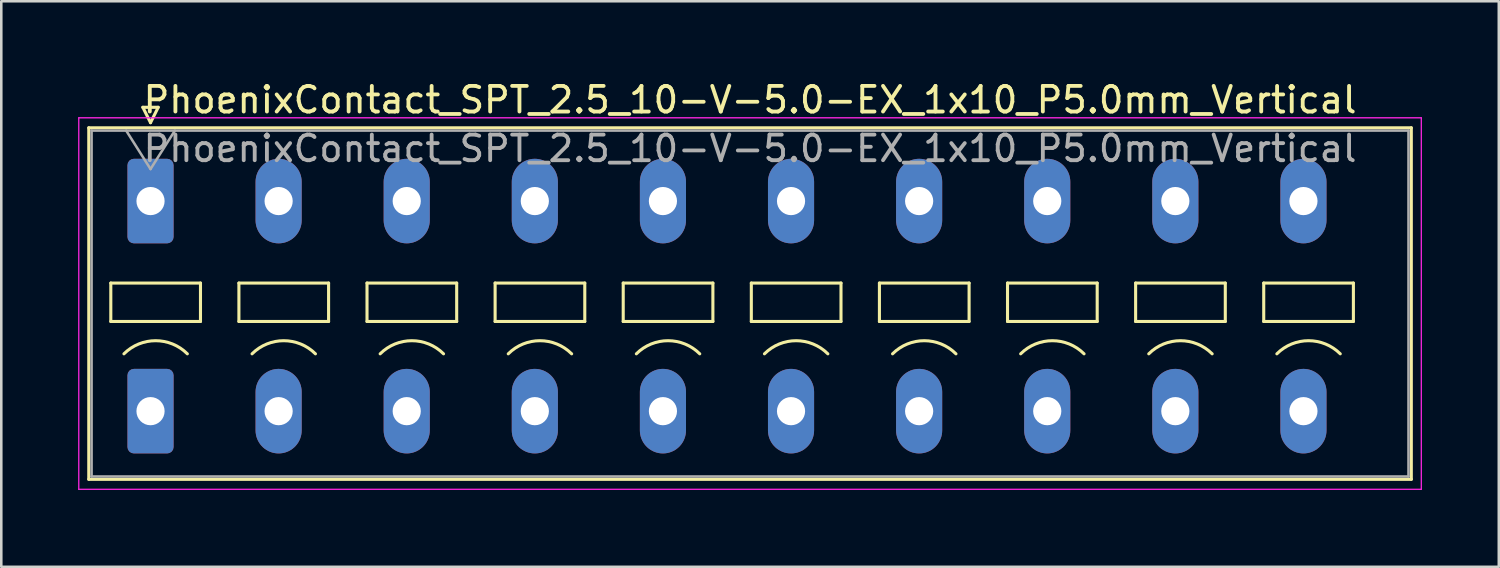
<source format=kicad_pcb>
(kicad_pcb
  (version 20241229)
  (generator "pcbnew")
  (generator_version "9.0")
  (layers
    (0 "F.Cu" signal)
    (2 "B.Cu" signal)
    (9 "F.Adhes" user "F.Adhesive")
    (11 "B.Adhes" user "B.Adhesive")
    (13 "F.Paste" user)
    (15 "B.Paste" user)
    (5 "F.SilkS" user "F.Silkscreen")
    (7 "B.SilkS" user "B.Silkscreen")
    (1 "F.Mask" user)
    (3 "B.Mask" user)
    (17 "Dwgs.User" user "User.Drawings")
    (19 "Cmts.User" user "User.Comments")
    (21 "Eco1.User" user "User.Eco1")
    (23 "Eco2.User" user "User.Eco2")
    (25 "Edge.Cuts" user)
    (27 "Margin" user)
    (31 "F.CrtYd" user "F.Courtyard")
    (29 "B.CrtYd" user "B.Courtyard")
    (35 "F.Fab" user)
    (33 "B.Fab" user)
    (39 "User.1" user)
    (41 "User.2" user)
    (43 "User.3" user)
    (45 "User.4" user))
  (footprint "PhoenixContact_SPT_2.5_10-V-5.0-EX_1x10_P5.0mm_Vertical"
    (layer "F.Cu")
    (at 2.825 4.798)
    (property "Reference" "PhoenixContact_SPT_2.5_10-V-5.0-EX_1x10_P5.0mm_Vertical" (at 23.4 -3.95 0) (layer "F.SilkS") (effects (font (size 1 1) (thickness 0.15))))
    (attr through_hole)
    (fp_line (start -2.41 -2.86) (end 49.21 -2.86) (stroke (width 0.12) (type solid)) (layer "F.SilkS"))
    (fp_line (start -2.41 10.86) (end -2.41 -2.86) (stroke (width 0.12) (type solid)) (layer "F.SilkS"))
    (fp_line (start -1.55 3.2) (end -1.55 4.7) (stroke (width 0.12) (type solid)) (layer "F.SilkS"))
    (fp_line (start -1.55 4.7) (end 1.95 4.7) (stroke (width 0.12) (type solid)) (layer "F.SilkS"))
    (fp_line (start -0.3 -3.66) (end 0 -3.06) (stroke (width 0.12) (type solid)) (layer "F.SilkS"))
    (fp_line (start -0.3 -3.66) (end 0.3 -3.66) (stroke (width 0.12) (type solid)) (layer "F.SilkS"))
    (fp_line (start 0.3 -3.66) (end 0 -3.06) (stroke (width 0.12) (type solid)) (layer "F.SilkS"))
    (fp_line (start 1.95 3.2) (end -1.55 3.2) (stroke (width 0.12) (type solid)) (layer "F.SilkS"))
    (fp_line (start 1.95 4.7) (end 1.95 3.2) (stroke (width 0.12) (type solid)) (layer "F.SilkS"))
    (fp_line (start 3.45 3.2) (end 3.45 4.7) (stroke (width 0.12) (type solid)) (layer "F.SilkS"))
    (fp_line (start 3.45 4.7) (end 6.95 4.7) (stroke (width 0.12) (type solid)) (layer "F.SilkS"))
    (fp_line (start 6.95 3.2) (end 3.45 3.2) (stroke (width 0.12) (type solid)) (layer "F.SilkS"))
    (fp_line (start 6.95 4.7) (end 6.95 3.2) (stroke (width 0.12) (type solid)) (layer "F.SilkS"))
    (fp_line (start 8.45 3.2) (end 8.45 4.7) (stroke (width 0.12) (type solid)) (layer "F.SilkS"))
    (fp_line (start 8.45 4.7) (end 11.95 4.7) (stroke (width 0.12) (type solid)) (layer "F.SilkS"))
    (fp_line (start 11.95 3.2) (end 8.45 3.2) (stroke (width 0.12) (type solid)) (layer "F.SilkS"))
    (fp_line (start 11.95 4.7) (end 11.95 3.2) (stroke (width 0.12) (type solid)) (layer "F.SilkS"))
    (fp_line (start 13.45 3.2) (end 13.45 4.7) (stroke (width 0.12) (type solid)) (layer "F.SilkS"))
    (fp_line (start 13.45 4.7) (end 16.95 4.7) (stroke (width 0.12) (type solid)) (layer "F.SilkS"))
    (fp_line (start 16.95 3.2) (end 13.45 3.2) (stroke (width 0.12) (type solid)) (layer "F.SilkS"))
    (fp_line (start 16.95 4.7) (end 16.95 3.2) (stroke (width 0.12) (type solid)) (layer "F.SilkS"))
    (fp_line (start 18.45 3.2) (end 18.45 4.7) (stroke (width 0.12) (type solid)) (layer "F.SilkS"))
    (fp_line (start 18.45 4.7) (end 21.95 4.7) (stroke (width 0.12) (type solid)) (layer "F.SilkS"))
    (fp_line (start 21.95 3.2) (end 18.45 3.2) (stroke (width 0.12) (type solid)) (layer "F.SilkS"))
    (fp_line (start 21.95 4.7) (end 21.95 3.2) (stroke (width 0.12) (type solid)) (layer "F.SilkS"))
    (fp_line (start 23.45 3.2) (end 23.45 4.7) (stroke (width 0.12) (type solid)) (layer "F.SilkS"))
    (fp_line (start 23.45 4.7) (end 26.95 4.7) (stroke (width 0.12) (type solid)) (layer "F.SilkS"))
    (fp_line (start 26.95 3.2) (end 23.45 3.2) (stroke (width 0.12) (type solid)) (layer "F.SilkS"))
    (fp_line (start 26.95 4.7) (end 26.95 3.2) (stroke (width 0.12) (type solid)) (layer "F.SilkS"))
    (fp_line (start 28.45 3.2) (end 28.45 4.7) (stroke (width 0.12) (type solid)) (layer "F.SilkS"))
    (fp_line (start 28.45 4.7) (end 31.95 4.7) (stroke (width 0.12) (type solid)) (layer "F.SilkS"))
    (fp_line (start 31.95 3.2) (end 28.45 3.2) (stroke (width 0.12) (type solid)) (layer "F.SilkS"))
    (fp_line (start 31.95 4.7) (end 31.95 3.2) (stroke (width 0.12) (type solid)) (layer "F.SilkS"))
    (fp_line (start 33.45 3.2) (end 33.45 4.7) (stroke (width 0.12) (type solid)) (layer "F.SilkS"))
    (fp_line (start 33.45 4.7) (end 36.95 4.7) (stroke (width 0.12) (type solid)) (layer "F.SilkS"))
    (fp_line (start 36.95 3.2) (end 33.45 3.2) (stroke (width 0.12) (type solid)) (layer "F.SilkS"))
    (fp_line (start 36.95 4.7) (end 36.95 3.2) (stroke (width 0.12) (type solid)) (layer "F.SilkS"))
    (fp_line (start 38.45 3.2) (end 38.45 4.7) (stroke (width 0.12) (type solid)) (layer "F.SilkS"))
    (fp_line (start 38.45 4.7) (end 41.95 4.7) (stroke (width 0.12) (type solid)) (layer "F.SilkS"))
    (fp_line (start 41.95 3.2) (end 38.45 3.2) (stroke (width 0.12) (type solid)) (layer "F.SilkS"))
    (fp_line (start 41.95 4.7) (end 41.95 3.2) (stroke (width 0.12) (type solid)) (layer "F.SilkS"))
    (fp_line (start 43.45 3.2) (end 43.45 4.7) (stroke (width 0.12) (type solid)) (layer "F.SilkS"))
    (fp_line (start 43.45 4.7) (end 46.95 4.7) (stroke (width 0.12) (type solid)) (layer "F.SilkS"))
    (fp_line (start 46.95 3.2) (end 43.45 3.2) (stroke (width 0.12) (type solid)) (layer "F.SilkS"))
    (fp_line (start 46.95 4.7) (end 46.95 3.2) (stroke (width 0.12) (type solid)) (layer "F.SilkS"))
    (fp_line (start 49.21 -2.86) (end 49.21 10.86) (stroke (width 0.12) (type solid)) (layer "F.SilkS"))
    (fp_line (start 49.21 10.86) (end -2.41 10.86) (stroke (width 0.12) (type solid)) (layer "F.SilkS"))
    (fp_arc (start -1.037437 5.962563) (mid 0.2 5.45) (end 1.437437 5.962563) (stroke (width 0.12) (type solid)) (layer "F.SilkS"))
    (fp_arc (start 3.962563 5.962563) (mid 5.2 5.45) (end 6.437437 5.962563) (stroke (width 0.12) (type solid)) (layer "F.SilkS"))
    (fp_arc (start 8.962563 5.962563) (mid 10.2 5.45) (end 11.437437 5.962563) (stroke (width 0.12) (type solid)) (layer "F.SilkS"))
    (fp_arc (start 13.962563 5.962563) (mid 15.2 5.45) (end 16.437437 5.962563) (stroke (width 0.12) (type solid)) (layer "F.SilkS"))
    (fp_arc (start 18.962563 5.962563) (mid 20.2 5.45) (end 21.437437 5.962563) (stroke (width 0.12) (type solid)) (layer "F.SilkS"))
    (fp_arc (start 23.962563 5.962563) (mid 25.2 5.45) (end 26.437437 5.962563) (stroke (width 0.12) (type solid)) (layer "F.SilkS"))
    (fp_arc (start 28.962563 5.962563) (mid 30.2 5.45) (end 31.437437 5.962563) (stroke (width 0.12) (type solid)) (layer "F.SilkS"))
    (fp_arc (start 33.962563 5.962563) (mid 35.2 5.45) (end 36.437437 5.962563) (stroke (width 0.12) (type solid)) (layer "F.SilkS"))
    (fp_arc (start 38.962563 5.962563) (mid 40.2 5.45) (end 41.437437 5.962563) (stroke (width 0.12) (type solid)) (layer "F.SilkS"))
    (fp_arc (start 43.962563 5.962563) (mid 45.2 5.45) (end 46.437437 5.962563) (stroke (width 0.12) (type solid)) (layer "F.SilkS"))
    (fp_line (start -2.8 -3.25) (end -2.8 11.25) (stroke (width 0.05) (type solid)) (layer "F.CrtYd"))
    (fp_line (start -2.8 11.25) (end 49.6 11.25) (stroke (width 0.05) (type solid)) (layer "F.CrtYd"))
    (fp_line (start 49.6 -3.25) (end -2.8 -3.25) (stroke (width 0.05) (type solid)) (layer "F.CrtYd"))
    (fp_line (start 49.6 11.25) (end 49.6 -3.25) (stroke (width 0.05) (type solid)) (layer "F.CrtYd"))
    (fp_line (start -2.3 -2.75) (end -2.3 10.75) (stroke (width 0.1) (type solid)) (layer "F.Fab"))
    (fp_line (start -2.3 10.75) (end 49.1 10.75) (stroke (width 0.1) (type solid)) (layer "F.Fab"))
    (fp_line (start -0.95 -2.75) (end 0 -1.25) (stroke (width 0.1) (type solid)) (layer "F.Fab"))
    (fp_line (start 0.95 -2.75) (end 0 -1.25) (stroke (width 0.1) (type solid)) (layer "F.Fab"))
    (fp_line (start 49.1 -2.75) (end -2.3 -2.75) (stroke (width 0.1) (type solid)) (layer "F.Fab"))
    (fp_line (start 49.1 10.75) (end 49.1 -2.75) (stroke (width 0.1) (type solid)) (layer "F.Fab"))
    (fp_text user "${REFERENCE}" (at 23.4 -2.05 0) (layer "F.Fab") (effects (font (size 1 1) (thickness 0.15))))
    (pad "1" thru_hole roundrect (at 0 0) (size 1.8 3.3) (drill 1.1) (layers "*.Cu" "*.Mask") (roundrect_rratio 0.139))
    (pad "1" thru_hole roundrect (at 0 8.2) (size 1.8 3.3) (drill 1.1) (layers "*.Cu" "*.Mask") (roundrect_rratio 0.139))
    (pad "2" thru_hole oval (at 5 0) (size 1.8 3.3) (drill 1.1) (layers "*.Cu" "*.Mask"))
    (pad "2" thru_hole oval (at 5 8.2) (size 1.8 3.3) (drill 1.1) (layers "*.Cu" "*.Mask"))
    (pad "3" thru_hole oval (at 10 0) (size 1.8 3.3) (drill 1.1) (layers "*.Cu" "*.Mask"))
    (pad "3" thru_hole oval (at 10 8.2) (size 1.8 3.3) (drill 1.1) (layers "*.Cu" "*.Mask"))
    (pad "4" thru_hole oval (at 15 0) (size 1.8 3.3) (drill 1.1) (layers "*.Cu" "*.Mask"))
    (pad "4" thru_hole oval (at 15 8.2) (size 1.8 3.3) (drill 1.1) (layers "*.Cu" "*.Mask"))
    (pad "5" thru_hole oval (at 20 0) (size 1.8 3.3) (drill 1.1) (layers "*.Cu" "*.Mask"))
    (pad "5" thru_hole oval (at 20 8.2) (size 1.8 3.3) (drill 1.1) (layers "*.Cu" "*.Mask"))
    (pad "6" thru_hole oval (at 25 0) (size 1.8 3.3) (drill 1.1) (layers "*.Cu" "*.Mask"))
    (pad "6" thru_hole oval (at 25 8.2) (size 1.8 3.3) (drill 1.1) (layers "*.Cu" "*.Mask"))
    (pad "7" thru_hole oval (at 30 0) (size 1.8 3.3) (drill 1.1) (layers "*.Cu" "*.Mask"))
    (pad "7" thru_hole oval (at 30 8.2) (size 1.8 3.3) (drill 1.1) (layers "*.Cu" "*.Mask"))
    (pad "8" thru_hole oval (at 35 0) (size 1.8 3.3) (drill 1.1) (layers "*.Cu" "*.Mask"))
    (pad "8" thru_hole oval (at 35 8.2) (size 1.8 3.3) (drill 1.1) (layers "*.Cu" "*.Mask"))
    (pad "9" thru_hole oval (at 40 0) (size 1.8 3.3) (drill 1.1) (layers "*.Cu" "*.Mask"))
    (pad "9" thru_hole oval (at 40 8.2) (size 1.8 3.3) (drill 1.1) (layers "*.Cu" "*.Mask"))
    (pad "10" thru_hole oval (at 45 0) (size 1.8 3.3) (drill 1.1) (layers "*.Cu" "*.Mask"))
    (pad "10" thru_hole oval (at 45 8.2) (size 1.8 3.3) (drill 1.1) (layers "*.Cu" "*.Mask")))
  (gr_rect
    (start -3 -3)
    (end 55.45 19.073)
    (stroke (width 0.1) (type default))
    (fill no)
    (layer "Edge.Cuts")))
</source>
